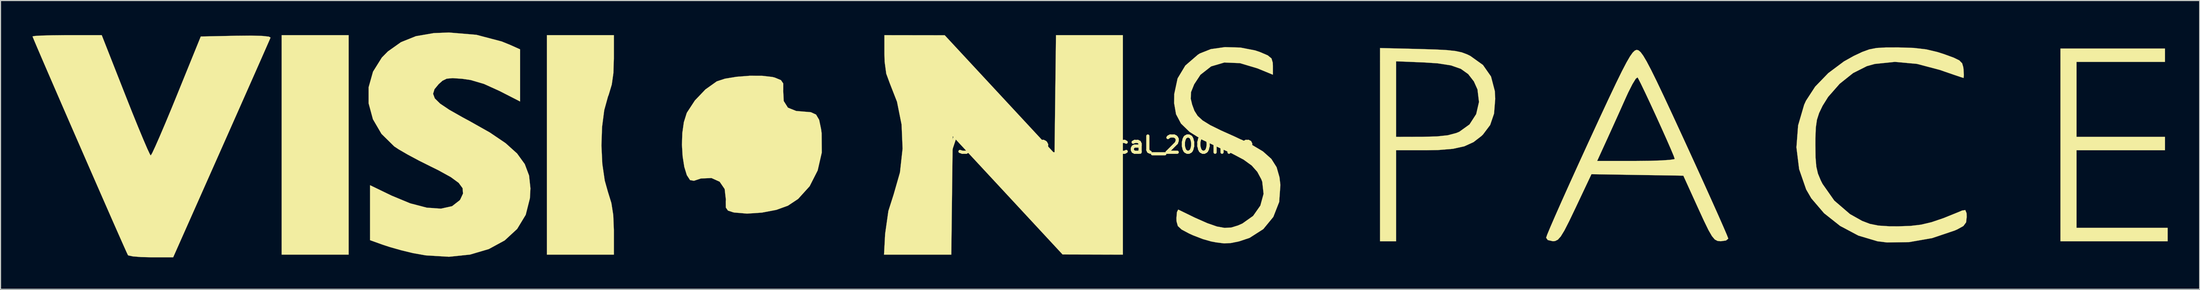
<source format=kicad_pcb>
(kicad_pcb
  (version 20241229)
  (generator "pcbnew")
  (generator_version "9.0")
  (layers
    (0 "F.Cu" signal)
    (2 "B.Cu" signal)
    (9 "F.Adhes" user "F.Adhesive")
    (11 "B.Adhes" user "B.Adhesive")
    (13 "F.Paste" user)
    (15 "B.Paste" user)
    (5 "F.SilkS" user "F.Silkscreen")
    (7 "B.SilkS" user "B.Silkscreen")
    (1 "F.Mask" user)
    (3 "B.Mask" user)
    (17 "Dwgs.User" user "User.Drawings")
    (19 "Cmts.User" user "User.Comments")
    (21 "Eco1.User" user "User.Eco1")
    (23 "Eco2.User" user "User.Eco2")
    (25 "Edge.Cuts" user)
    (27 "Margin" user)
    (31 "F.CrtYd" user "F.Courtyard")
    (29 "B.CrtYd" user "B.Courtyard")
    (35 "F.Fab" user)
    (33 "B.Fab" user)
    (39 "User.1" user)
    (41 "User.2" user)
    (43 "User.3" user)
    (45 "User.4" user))
  (footprint "VST_logo_vertical_200mm"
    (layer "F.Cu")
    (at 100.096 10.564)
    (property "Reference" "VST_logo_vertical_200mm" (at 0 0 0) (layer "F.SilkS") (effects (font (size 1.524 1.524) (thickness 0.3))))
    (attr through_hole)
    (fp_poly (pts (xy -70.416 10.311) (xy -76.703 10.311) (xy -76.703 -10.311) (xy -70.416 -10.311) (xy -70.416 10.311)) (stroke (width 0.01) (type solid)) (fill yes) (layer "F.SilkS"))
    (fp_poly (pts (xy 100.091 -7.796) (xy 91.792 -7.796) (xy 91.792 -0.754) (xy 100.091 -0.754) (xy 100.091 0.503) (xy 91.792 0.503) (xy 91.792 7.796) (xy 100.343 7.796) (xy 100.343 9.053) (xy 90.283 9.053) (xy 90.283 -9.053) (xy 100.091 -9.053) (xy 100.091 -7.796)) (stroke (width 0.01) (type solid)) (fill yes) (layer "F.SilkS"))
    (fp_poly (pts (xy -45.519 -8.11) (xy -45.563 -6.741) (xy -45.714 -5.672) (xy -46.003 -4.708) (xy -46.074 -4.527) (xy -46.422 -3.265) (xy -46.626 -1.684) (xy -46.686 0.055) (xy -46.602 1.79) (xy -46.373 3.358) (xy -46.083 4.392) (xy -45.752 5.462) (xy -45.575 6.591) (xy -45.519 7.988) (xy -45.519 8.102) (xy -45.519 10.311) (xy -51.806 10.311) (xy -51.806 -10.311) (xy -45.519 -10.311) (xy -45.519 -8.11)) (stroke (width 0.01) (type solid)) (fill yes) (layer "F.SilkS"))
    (fp_poly (pts (xy 2.263 10.311) (xy -0.566 10.303) (xy -3.395 10.296) (xy -8.55 4.739) (xy -13.706 -0.817) (xy -13.774 4.747) (xy -13.841 10.311) (xy -20.157 10.311) (xy -20.053 8.362) (xy -19.749 6.211) (xy -19.252 4.652) (xy -18.66 2.586) (xy -18.414 0.353) (xy -18.508 -1.907) (xy -18.938 -4.053) (xy -19.613 -5.78) (xy -19.948 -6.69) (xy -20.101 -7.825) (xy -20.119 -8.54) (xy -20.119 -10.311) (xy -14.46 -10.303) (xy -9.305 -4.749) (xy -4.15 0.805) (xy -4.082 -4.753) (xy -4.014 -10.311) (xy 2.263 -10.311) (xy 2.263 10.311)) (stroke (width 0.01) (type solid)) (fill yes) (layer "F.SilkS"))
    (fp_poly (pts (xy 30.115 -9.009) (xy 31.612 -8.964) (xy 32.706 -8.905) (xy 33.499 -8.818) (xy 34.091 -8.69) (xy 34.582 -8.506) (xy 34.885 -8.356) (xy 36.068 -7.509) (xy 36.825 -6.426) (xy 37.182 -5.06) (xy 37.22 -4.33) (xy 37.11 -2.941) (xy 36.746 -1.871) (xy 36.074 -0.979) (xy 35.92 -0.829) (xy 35.181 -0.26) (xy 34.324 0.131) (xy 33.246 0.37) (xy 31.842 0.484) (xy 30.689 0.503) (xy 27.915 0.503) (xy 27.915 9.053) (xy 26.406 9.053) (xy 26.406 -0.754) (xy 27.915 -0.754) (xy 30.367 -0.76) (xy 31.754 -0.796) (xy 32.773 -0.907) (xy 33.555 -1.113) (xy 33.844 -1.231) (xy 34.805 -1.92) (xy 35.434 -2.894) (xy 35.696 -4.031) (xy 35.556 -5.208) (xy 35.218 -5.961) (xy 34.682 -6.653) (xy 33.992 -7.145) (xy 33.059 -7.471) (xy 31.791 -7.666) (xy 30.493 -7.749) (xy 27.915 -7.853) (xy 27.915 -0.754) (xy 26.406 -0.754) (xy 26.406 -9.1) (xy 30.115 -9.009)) (stroke (width 0.01) (type solid)) (fill yes) (layer "F.SilkS"))
    (fp_poly (pts (xy -31.597 -6.492) (xy -30.639 -6.382) (xy -30.393 -6.317) (xy -29.833 -6.085) (xy -29.615 -5.768) (xy -29.615 -5.171) (xy -29.622 -5.092) (xy -29.571 -4.119) (xy -29.18 -3.499) (xy -28.41 -3.189) (xy -27.796 -3.136) (xy -27.022 -3.071) (xy -26.536 -2.846) (xy -26.248 -2.357) (xy -26.068 -1.502) (xy -26.014 -1.104) (xy -25.998 0.711) (xy -26.386 2.401) (xy -27.14 3.884) (xy -28.223 5.079) (xy -29.179 5.712) (xy -30.271 6.107) (xy -31.626 6.364) (xy -33.016 6.456) (xy -34.214 6.356) (xy -34.328 6.331) (xy -34.81 6.171) (xy -35.007 5.89) (xy -35.016 5.315) (xy -35.003 5.147) (xy -35.116 4.15) (xy -35.589 3.459) (xy -36.354 3.114) (xy -37.345 3.155) (xy -38.001 3.373) (xy -38.366 3.308) (xy -38.671 2.84) (xy -38.907 2.067) (xy -39.062 1.085) (xy -39.127 -0.007) (xy -39.093 -1.112) (xy -38.949 -2.133) (xy -38.686 -2.972) (xy -38.652 -3.045) (xy -37.915 -4.172) (xy -36.925 -5.21) (xy -35.871 -5.96) (xy -35.852 -5.971) (xy -35.086 -6.223) (xy -34.001 -6.401) (xy -32.778 -6.495) (xy -31.597 -6.492)) (stroke (width 0.01) (type solid)) (fill yes) (layer "F.SilkS"))
    (fp_poly (pts (xy -91.373 -4.661) (xy -90.749 -3.088) (xy -90.18 -1.684) (xy -89.692 -0.511) (xy -89.314 0.367) (xy -89.072 0.884) (xy -88.997 0.997) (xy -88.863 0.777) (xy -88.571 0.153) (xy -88.147 -0.81) (xy -87.619 -2.049) (xy -87.015 -3.5) (xy -86.57 -4.59) (xy -84.298 -10.185) (xy -80.98 -10.255) (xy -79.57 -10.268) (xy -78.532 -10.24) (xy -77.912 -10.174) (xy -77.748 -10.082) (xy -77.865 -9.808) (xy -78.166 -9.123) (xy -78.628 -8.072) (xy -79.231 -6.706) (xy -79.955 -5.07) (xy -80.777 -3.213) (xy -81.677 -1.182) (xy -82.361 0.361) (xy -86.888 10.561) (xy -88.948 10.561) (xy -89.915 10.538) (xy -90.673 10.476) (xy -91.094 10.386) (xy -91.136 10.355) (xy -91.267 10.077) (xy -91.571 9.4) (xy -92.023 8.38) (xy -92.599 7.074) (xy -93.272 5.539) (xy -94.019 3.832) (xy -94.815 2.011) (xy -95.635 0.13) (xy -96.455 -1.751) (xy -97.249 -3.577) (xy -97.992 -5.291) (xy -98.661 -6.836) (xy -99.23 -8.155) (xy -99.674 -9.191) (xy -99.969 -9.887) (xy -100.089 -10.187) (xy -100.091 -10.194) (xy -99.855 -10.237) (xy -99.21 -10.274) (xy -98.249 -10.299) (xy -97.067 -10.311) (xy -96.843 -10.311) (xy -93.595 -10.311) (xy -91.373 -4.661)) (stroke (width 0.01) (type solid)) (fill yes) (layer "F.SilkS"))
    (fp_poly (pts (xy -58.428 -10.344) (xy -56.047 -9.718) (xy -55.264 -9.4) (xy -54.321 -8.977) (xy -54.321 -4.078) (xy -56.273 -5.075) (xy -57.713 -5.728) (xy -58.969 -6.097) (xy -59.772 -6.213) (xy -60.654 -6.272) (xy -61.209 -6.223) (xy -61.61 -6.027) (xy -61.967 -5.706) (xy -62.357 -5.234) (xy -62.49 -4.802) (xy -62.327 -4.365) (xy -61.83 -3.877) (xy -60.963 -3.295) (xy -59.688 -2.572) (xy -59.086 -2.249) (xy -57.163 -1.165) (xy -55.683 -0.163) (xy -54.603 0.809) (xy -53.882 1.805) (xy -53.479 2.878) (xy -53.35 4.082) (xy -53.4 5.016) (xy -53.792 6.568) (xy -54.597 7.896) (xy -55.768 8.976) (xy -57.258 9.787) (xy -59.02 10.306) (xy -61.007 10.512) (xy -63.171 10.382) (xy -64.378 10.169) (xy -65.466 9.905) (xy -66.565 9.594) (xy -67.207 9.384) (xy -68.404 8.954) (xy -68.404 3.79) (xy -66.391 4.764) (xy -64.643 5.49) (xy -63.081 5.899) (xy -61.754 5.99) (xy -60.708 5.759) (xy -59.992 5.204) (xy -59.935 5.123) (xy -59.68 4.573) (xy -59.717 4.07) (xy -60.086 3.569) (xy -60.83 3.023) (xy -61.991 2.384) (xy -62.671 2.048) (xy -63.813 1.478) (xy -64.875 0.909) (xy -65.721 0.418) (xy -66.136 0.143) (xy -67.333 -1.034) (xy -68.136 -2.409) (xy -68.54 -3.9) (xy -68.54 -5.419) (xy -68.128 -6.882) (xy -67.301 -8.204) (xy -66.731 -8.783) (xy -65.505 -9.652) (xy -64.104 -10.215) (xy -62.425 -10.504) (xy -61.002 -10.559) (xy -58.428 -10.344)) (stroke (width 0.01) (type solid)) (fill yes) (layer "F.SilkS"))
    (fp_poly (pts (xy 13.288 -9.147) (xy 14.684 -8.877) (xy 15.152 -8.718) (xy 15.864 -8.412) (xy 16.218 -8.124) (xy 16.337 -7.721) (xy 16.347 -7.426) (xy 16.347 -6.595) (xy 14.9 -7.189) (xy 13.255 -7.681) (xy 11.794 -7.741) (xy 10.549 -7.375) (xy 9.549 -6.592) (xy 8.958 -5.693) (xy 8.665 -4.961) (xy 8.635 -4.345) (xy 8.767 -3.789) (xy 8.982 -3.203) (xy 9.284 -2.725) (xy 9.75 -2.297) (xy 10.461 -1.858) (xy 11.495 -1.349) (xy 12.703 -0.808) (xy 14.27 -0.07) (xy 15.415 0.614) (xy 16.202 1.314) (xy 16.698 2.098) (xy 16.967 3.035) (xy 17.052 3.762) (xy 16.939 5.362) (xy 16.389 6.766) (xy 15.448 7.911) (xy 14.162 8.735) (xy 13.157 9.07) (xy 12.392 9.223) (xy 11.773 9.255) (xy 11.045 9.165) (xy 10.553 9.073) (xy 9.783 8.854) (xy 8.865 8.501) (xy 8.478 8.325) (xy 7.776 7.951) (xy 7.424 7.621) (xy 7.303 7.19) (xy 7.293 6.872) (xy 7.34 6.32) (xy 7.454 6.083) (xy 7.482 6.087) (xy 9.012 6.832) (xy 10.188 7.353) (xy 11.095 7.669) (xy 11.819 7.799) (xy 12.446 7.761) (xy 13.062 7.574) (xy 13.484 7.388) (xy 14.492 6.673) (xy 15.172 5.703) (xy 15.474 4.595) (xy 15.349 3.465) (xy 15.262 3.232) (xy 14.885 2.531) (xy 14.36 1.938) (xy 13.599 1.386) (xy 12.513 0.811) (xy 11.349 0.288) (xy 9.715 -0.482) (xy 8.524 -1.225) (xy 7.721 -2.005) (xy 7.256 -2.883) (xy 7.076 -3.923) (xy 7.091 -4.794) (xy 7.402 -6.249) (xy 8.127 -7.455) (xy 9.297 -8.467) (xy 9.488 -8.59) (xy 10.524 -9) (xy 11.846 -9.187) (xy 13.288 -9.147)) (stroke (width 0.01) (type solid)) (fill yes) (layer "F.SilkS"))
    (fp_poly (pts (xy 76.519 -9.111) (xy 77.677 -8.976) (xy 78.739 -8.725) (xy 79.344 -8.53) (xy 80.251 -8.201) (xy 80.785 -7.941) (xy 81.053 -7.667) (xy 81.161 -7.295) (xy 81.183 -7.104) (xy 81.215 -6.55) (xy 81.189 -6.293) (xy 81.183 -6.29) (xy 80.927 -6.369) (xy 80.307 -6.578) (xy 79.435 -6.878) (xy 78.966 -7.042) (xy 76.81 -7.611) (xy 74.74 -7.801) (xy 72.849 -7.606) (xy 72.109 -7.4) (xy 70.815 -6.748) (xy 69.554 -5.741) (xy 68.475 -4.512) (xy 67.953 -3.678) (xy 67.625 -2.994) (xy 67.422 -2.363) (xy 67.316 -1.625) (xy 67.278 -0.619) (xy 67.275 0) (xy 67.292 1.19) (xy 67.362 2.036) (xy 67.515 2.699) (xy 67.779 3.336) (xy 67.949 3.669) (xy 69.051 5.235) (xy 70.527 6.504) (xy 71.66 7.141) (xy 72.39 7.42) (xy 73.188 7.581) (xy 74.216 7.647) (xy 75.068 7.651) (xy 76.202 7.612) (xy 77.19 7.495) (xy 78.173 7.263) (xy 79.293 6.883) (xy 80.69 6.319) (xy 81.041 6.17) (xy 81.347 6.122) (xy 81.467 6.409) (xy 81.481 6.772) (xy 81.423 7.28) (xy 81.168 7.624) (xy 80.591 7.941) (xy 80.354 8.045) (xy 78.248 8.755) (xy 76.075 9.135) (xy 73.993 9.166) (xy 73.094 9.054) (xy 71.305 8.52) (xy 69.598 7.613) (xy 68.089 6.419) (xy 66.895 5.023) (xy 66.41 4.187) (xy 65.75 2.282) (xy 65.497 0.23) (xy 65.654 -1.831) (xy 66.219 -3.767) (xy 66.39 -4.145) (xy 67.252 -5.47) (xy 68.483 -6.743) (xy 69.957 -7.844) (xy 70.869 -8.355) (xy 71.681 -8.737) (xy 72.344 -8.977) (xy 73.02 -9.106) (xy 73.873 -9.156) (xy 75.063 -9.158) (xy 76.519 -9.111)) (stroke (width 0.01) (type solid)) (fill yes) (layer "F.SilkS"))
    (fp_poly (pts (xy 50.679 -8.88) (xy 50.873 -8.711) (xy 51.118 -8.377) (xy 51.436 -7.84) (xy 51.848 -7.056) (xy 52.376 -5.986) (xy 53.041 -4.588) (xy 53.865 -2.821) (xy 54.869 -0.644) (xy 55.082 -0.181) (xy 55.979 1.779) (xy 56.807 3.598) (xy 57.541 5.225) (xy 58.161 6.61) (xy 58.641 7.7) (xy 58.961 8.445) (xy 59.096 8.793) (xy 59.099 8.809) (xy 58.882 8.985) (xy 58.39 9.053) (xy 58.091 9.024) (xy 57.832 8.888) (xy 57.565 8.573) (xy 57.239 8.007) (xy 56.806 7.117) (xy 56.28 5.973) (xy 54.879 2.892) (xy 50.566 2.823) (xy 46.254 2.754) (xy 44.767 5.904) (xy 44.161 7.169) (xy 43.713 8.045) (xy 43.374 8.601) (xy 43.099 8.908) (xy 42.838 9.034) (xy 42.639 9.053) (xy 42.154 8.942) (xy 41.998 8.724) (xy 42.1 8.428) (xy 42.391 7.728) (xy 42.847 6.676) (xy 43.445 5.324) (xy 44.163 3.724) (xy 44.977 1.929) (xy 45.169 1.509) (xy 46.789 1.509) (xy 50.429 1.509) (xy 51.717 1.496) (xy 52.805 1.46) (xy 53.604 1.407) (xy 54.026 1.341) (xy 54.069 1.31) (xy 53.969 1.021) (xy 53.697 0.373) (xy 53.298 -0.54) (xy 52.813 -1.622) (xy 52.288 -2.778) (xy 51.765 -3.912) (xy 51.287 -4.93) (xy 50.899 -5.736) (xy 50.644 -6.235) (xy 50.576 -6.344) (xy 50.41 -6.213) (xy 50.102 -5.71) (xy 49.706 -4.928) (xy 49.49 -4.457) (xy 48.925 -3.193) (xy 48.294 -1.794) (xy 47.727 -0.544) (xy 47.679 -0.44) (xy 46.789 1.509) (xy 45.169 1.509) (xy 45.864 -0.01) (xy 45.982 -0.267) (xy 47.018 -2.514) (xy 47.871 -4.344) (xy 48.561 -5.797) (xy 49.109 -6.916) (xy 49.539 -7.74) (xy 49.87 -8.313) (xy 50.125 -8.673) (xy 50.326 -8.864) (xy 50.493 -8.927) (xy 50.515 -8.928) (xy 50.679 -8.88)) (stroke (width 0.01) (type solid)) (fill yes) (layer "F.SilkS")))
  (gr_rect
    (start -3 -3)
    (end 203.444 24.131)
    (stroke (width 0.1) (type default))
    (fill no)
    (layer "Edge.Cuts")))
</source>
